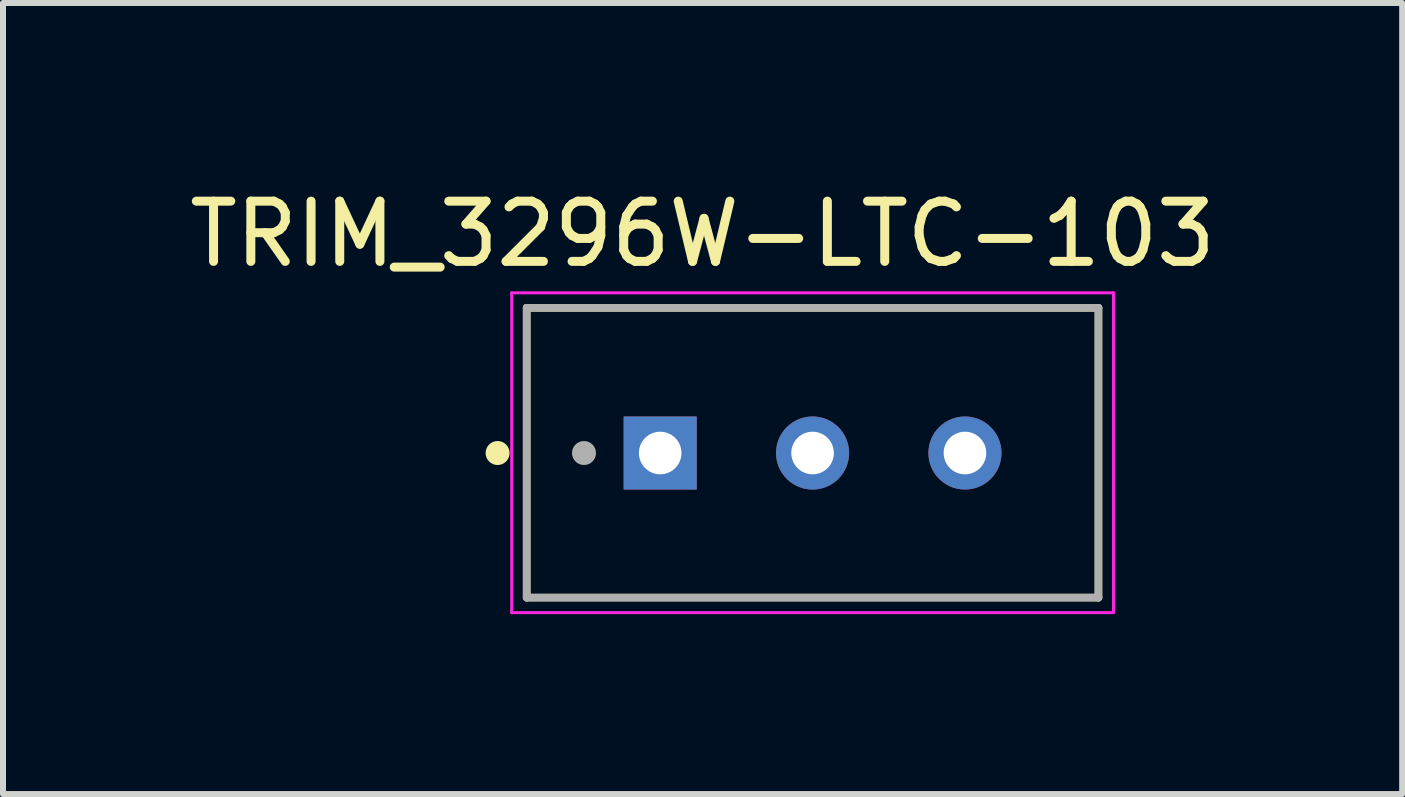
<source format=kicad_pcb>
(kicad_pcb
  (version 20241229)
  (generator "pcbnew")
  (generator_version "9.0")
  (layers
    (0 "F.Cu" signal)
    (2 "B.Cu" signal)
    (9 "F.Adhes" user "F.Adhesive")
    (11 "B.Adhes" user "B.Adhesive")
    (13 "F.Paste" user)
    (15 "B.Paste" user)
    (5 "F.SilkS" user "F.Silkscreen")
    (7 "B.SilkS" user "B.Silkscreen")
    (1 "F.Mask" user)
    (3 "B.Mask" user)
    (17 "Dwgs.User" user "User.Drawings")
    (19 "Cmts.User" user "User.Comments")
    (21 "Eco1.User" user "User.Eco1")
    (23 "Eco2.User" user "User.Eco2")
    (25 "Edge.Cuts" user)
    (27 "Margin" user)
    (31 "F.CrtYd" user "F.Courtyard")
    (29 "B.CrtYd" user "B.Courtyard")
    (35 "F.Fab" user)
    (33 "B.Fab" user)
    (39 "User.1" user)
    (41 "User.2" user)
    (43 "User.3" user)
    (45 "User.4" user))
  (footprint "TRIM_3296W-LTC-103"
    (layer "F.Cu")
    (at 10.494 4.501)
    (property "Reference" "TRIM_3296W-LTC-103" (at -1.833 -3.651 0) (layer "F.SilkS") (effects (font (size 1.004 1.004) (thickness 0.15))))
    (attr through_hole)
    (fp_line (start -4.765 -2.42) (end 4.765 -2.42) (stroke (width 0.127) (type solid)) (layer "F.SilkS"))
    (fp_line (start -4.765 2.41) (end -4.765 -2.42) (stroke (width 0.127) (type solid)) (layer "F.SilkS"))
    (fp_line (start 4.765 -2.42) (end 4.765 2.41) (stroke (width 0.127) (type solid)) (layer "F.SilkS"))
    (fp_line (start 4.765 2.41) (end -4.765 2.41) (stroke (width 0.127) (type solid)) (layer "F.SilkS"))
    (fp_circle (center -5.25 0) (end -5.15 0) (stroke (width 0.2) (type solid)) (fill no) (layer "F.SilkS"))
    (fp_line (start -5.015 -2.67) (end 5.015 -2.67) (stroke (width 0.05) (type solid)) (layer "F.CrtYd"))
    (fp_line (start -5.015 2.66) (end -5.015 -2.67) (stroke (width 0.05) (type solid)) (layer "F.CrtYd"))
    (fp_line (start 5.015 -2.67) (end 5.015 2.66) (stroke (width 0.05) (type solid)) (layer "F.CrtYd"))
    (fp_line (start 5.015 2.66) (end -5.015 2.66) (stroke (width 0.05) (type solid)) (layer "F.CrtYd"))
    (fp_line (start -4.765 -2.42) (end 4.765 -2.42) (stroke (width 0.127) (type solid)) (layer "F.Fab"))
    (fp_line (start -4.765 2.41) (end -4.765 -2.42) (stroke (width 0.127) (type solid)) (layer "F.Fab"))
    (fp_line (start 4.765 -2.42) (end 4.765 2.41) (stroke (width 0.127) (type solid)) (layer "F.Fab"))
    (fp_line (start 4.765 2.41) (end -4.765 2.41) (stroke (width 0.127) (type solid)) (layer "F.Fab"))
    (fp_circle (center -3.81 0) (end -3.71 0) (stroke (width 0.2) (type solid)) (fill no) (layer "F.Fab"))
    (pad "1" thru_hole rect (at -2.54 0) (size 1.218 1.218) (drill 0.71) (layers "*.Cu" "*.Mask"))
    (pad "2" thru_hole circle (at 0 0) (size 1.218 1.218) (drill 0.71) (layers "*.Cu" "*.Mask"))
    (pad "3" thru_hole circle (at 2.54 0) (size 1.218 1.218) (drill 0.71) (layers "*.Cu" "*.Mask")))
  (gr_rect
    (start -3 -3)
    (end 20.322 10.186)
    (stroke (width 0.1) (type default))
    (fill no)
    (layer "Edge.Cuts")))
</source>
